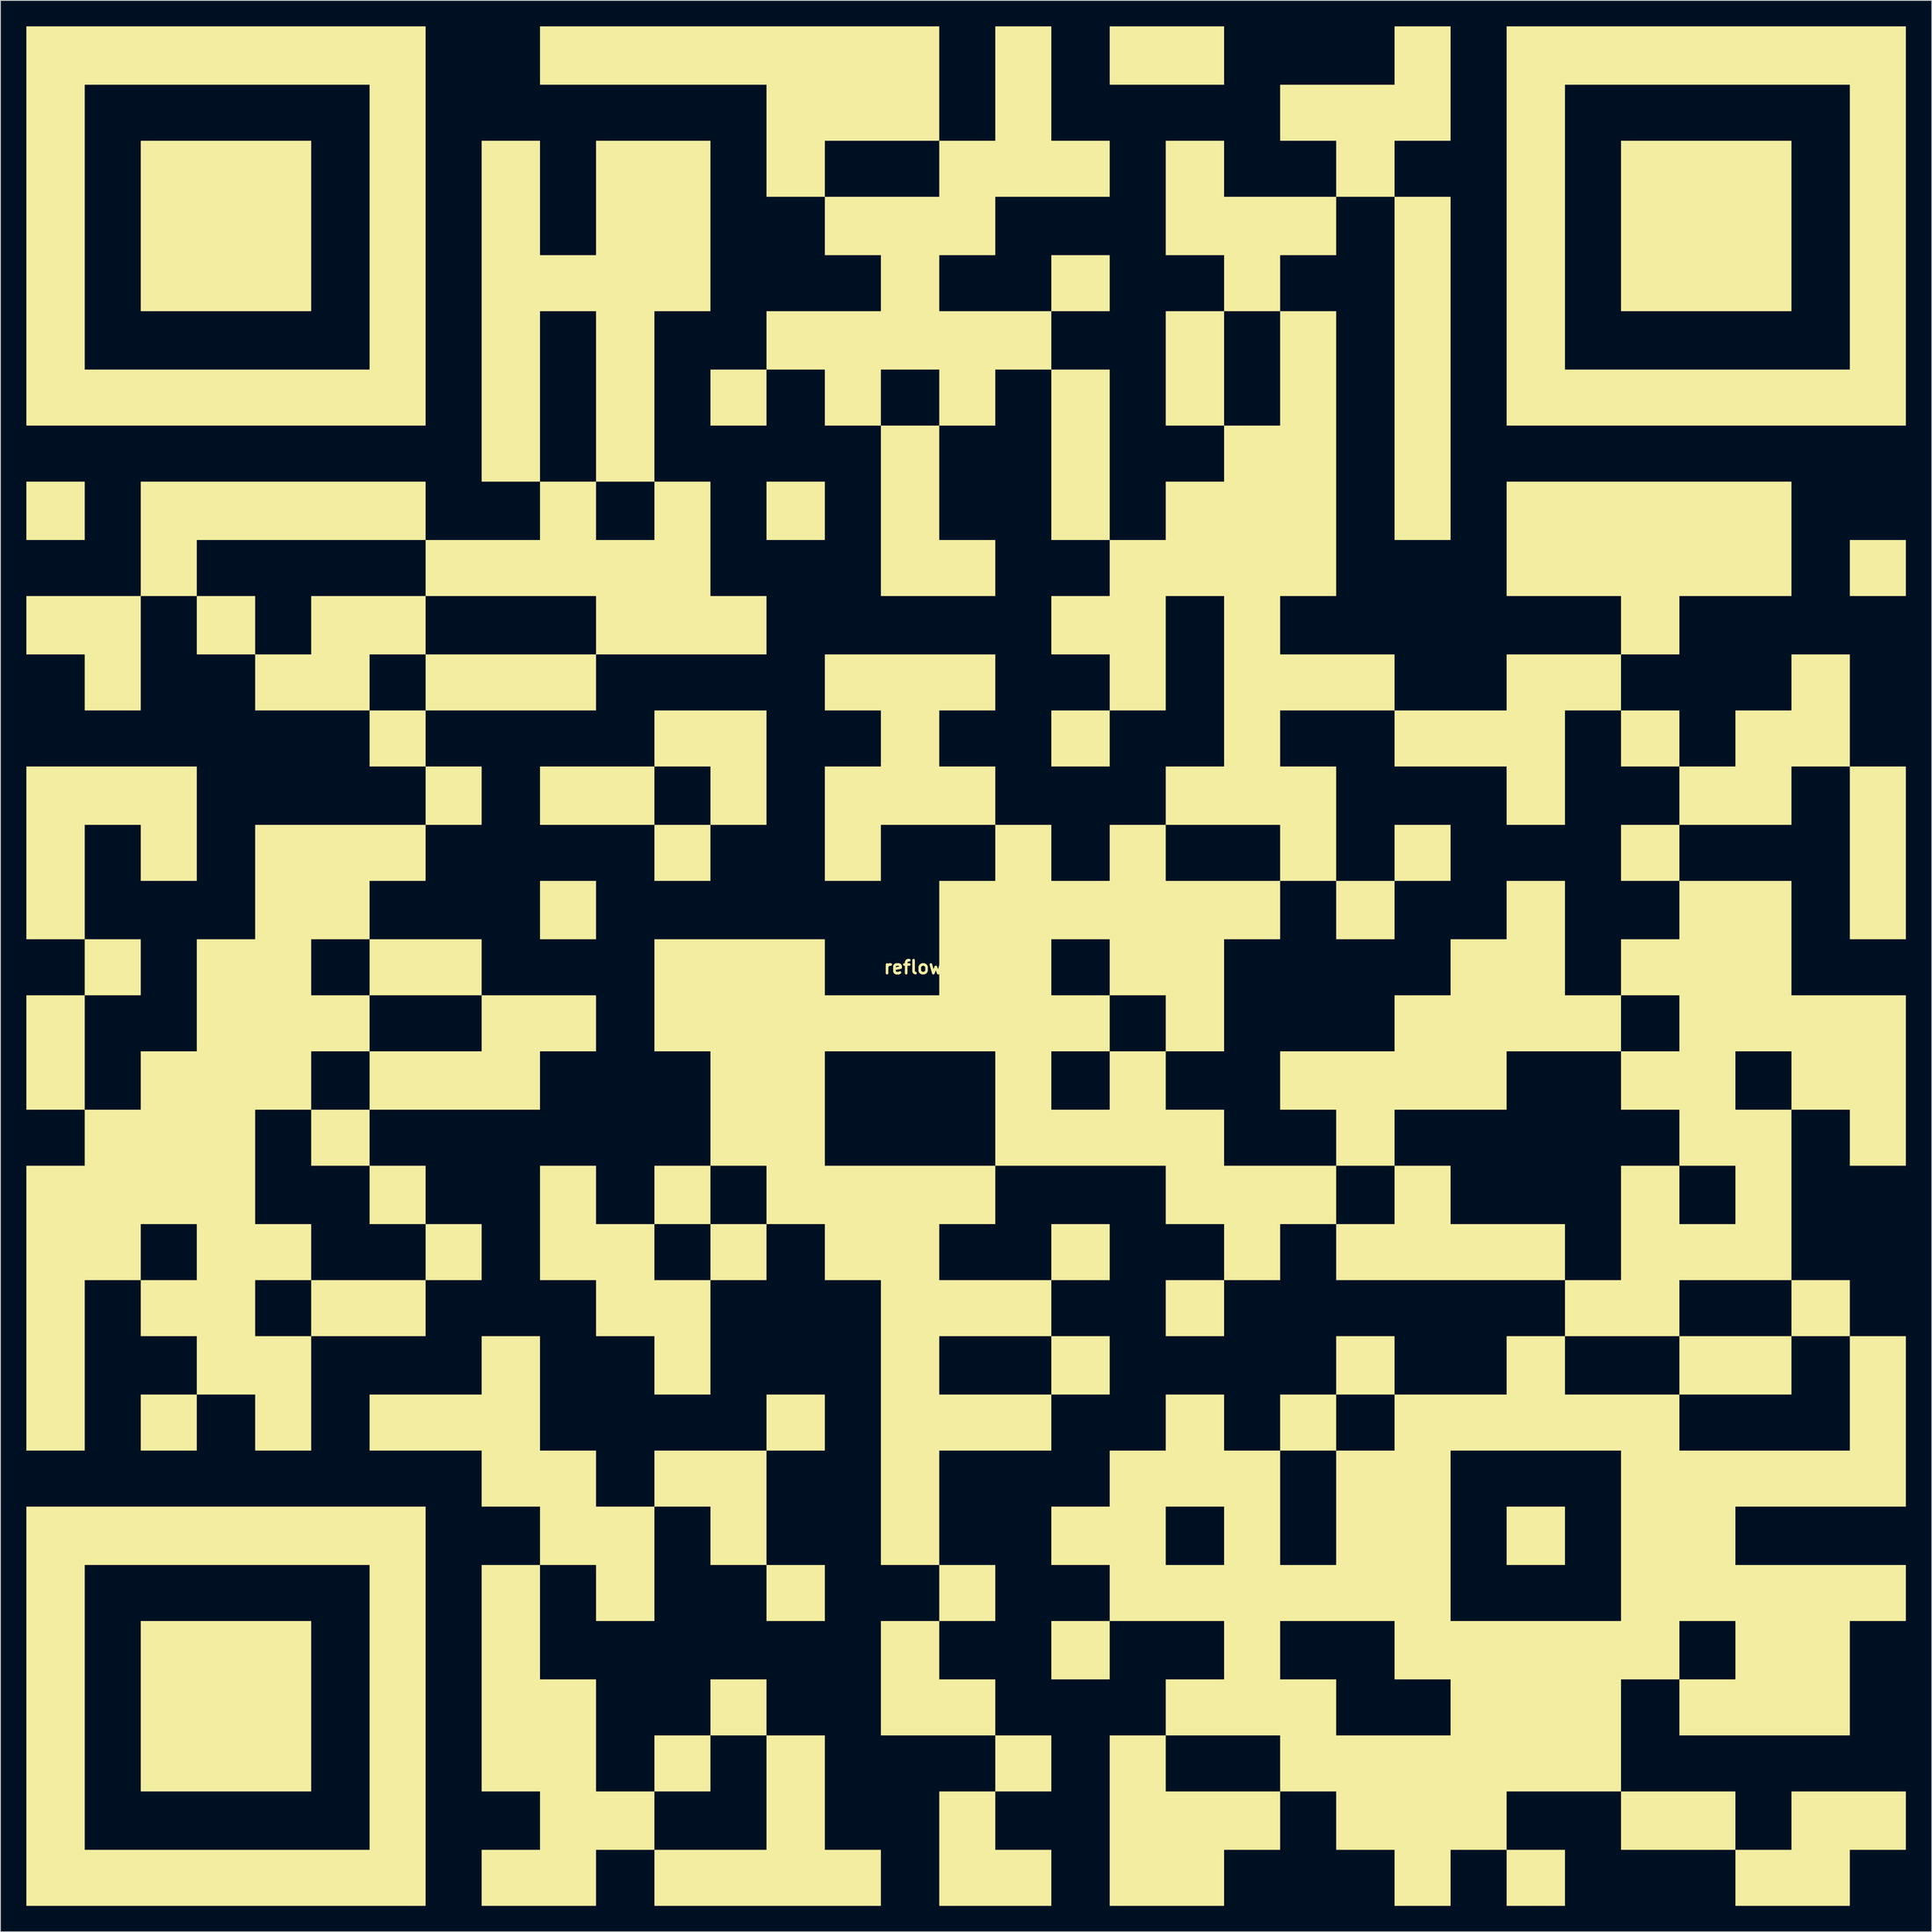
<source format=kicad_pcb>
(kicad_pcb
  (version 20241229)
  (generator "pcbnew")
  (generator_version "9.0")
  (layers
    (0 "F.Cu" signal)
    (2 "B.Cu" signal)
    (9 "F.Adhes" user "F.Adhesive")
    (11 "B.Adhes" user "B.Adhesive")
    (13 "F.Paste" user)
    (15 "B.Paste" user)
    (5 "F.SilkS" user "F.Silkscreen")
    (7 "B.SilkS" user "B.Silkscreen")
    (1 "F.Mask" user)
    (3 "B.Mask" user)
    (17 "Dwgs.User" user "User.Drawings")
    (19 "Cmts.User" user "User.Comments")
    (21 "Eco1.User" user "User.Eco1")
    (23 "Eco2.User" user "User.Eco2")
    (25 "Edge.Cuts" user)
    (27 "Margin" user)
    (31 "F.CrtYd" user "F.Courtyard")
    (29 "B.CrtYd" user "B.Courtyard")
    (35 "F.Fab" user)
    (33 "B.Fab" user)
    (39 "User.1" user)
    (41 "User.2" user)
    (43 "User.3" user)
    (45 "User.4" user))
  (footprint "reflowcardqrcode"
    (layer "F.Cu")
    (at 108.896 108.896)
    (property "Reference" "reflowcardqrcode" (at 0 0 0) (layer "F.SilkS") (effects (font (size 1.5 1.5) (thickness 0.3))))
    (attr board_only exclude_from_pos_files exclude_from_bom)
    (fp_poly (pts (xy -102.14 -52.827) (xy -102.14 -49.449) (xy -105.518 -49.449) (xy -108.896 -49.449) (xy -108.896 -52.827) (xy -108.896 -56.204) (xy -105.518 -56.204) (xy -102.14 -56.204)) (stroke (width 0) (type solid)) (fill yes) (layer "F.SilkS"))
    (fp_poly (pts (xy -75.93 -85.793) (xy -75.93 -75.93) (xy -85.793 -75.93) (xy -95.655 -75.93) (xy -95.655 -85.793) (xy -95.655 -95.655) (xy -85.793 -95.655) (xy -75.93 -95.655)) (stroke (width 0) (type solid)) (fill yes) (layer "F.SilkS"))
    (fp_poly (pts (xy -75.93 85.522) (xy -75.93 95.385) (xy -85.793 95.385) (xy -95.655 95.385) (xy -95.655 85.522) (xy -95.655 75.66) (xy -85.793 75.66) (xy -75.93 75.66)) (stroke (width 0) (type solid)) (fill yes) (layer "F.SilkS"))
    (fp_poly (pts (xy -62.689 26.346) (xy -62.689 29.723) (xy -65.932 29.723) (xy -69.174 29.723) (xy -69.174 26.346) (xy -69.174 22.968) (xy -65.932 22.968) (xy -62.689 22.968)) (stroke (width 0) (type solid)) (fill yes) (layer "F.SilkS"))
    (fp_poly (pts (xy -42.964 -6.62) (xy -42.964 -3.243) (xy -46.206 -3.243) (xy -49.449 -3.243) (xy -49.449 -6.62) (xy -49.449 -9.998) (xy -46.206 -9.998) (xy -42.964 -9.998)) (stroke (width 0) (type solid)) (fill yes) (layer "F.SilkS"))
    (fp_poly (pts (xy -16.483 -52.827) (xy -16.483 -49.449) (xy -19.861 -49.449) (xy -23.238 -49.449) (xy -23.238 -52.827) (xy -23.238 -56.204) (xy -19.861 -56.204) (xy -16.483 -56.204)) (stroke (width 0) (type solid)) (fill yes) (layer "F.SilkS"))
    (fp_poly (pts (xy -16.483 72.417) (xy -16.483 75.66) (xy -19.861 75.66) (xy -23.238 75.66) (xy -23.238 72.417) (xy -23.238 69.174) (xy -19.861 69.174) (xy -16.483 69.174)) (stroke (width 0) (type solid)) (fill yes) (layer "F.SilkS"))
    (fp_poly (pts (xy 29.723 -105.518) (xy 29.723 -102.14) (xy 23.103 -102.14) (xy 16.483 -102.14) (xy 16.483 -105.518) (xy 16.483 -108.896) (xy 23.103 -108.896) (xy 29.723 -108.896)) (stroke (width 0) (type solid)) (fill yes) (layer "F.SilkS"))
    (fp_poly (pts (xy 55.934 -69.31) (xy 55.934 -49.449) (xy 52.691 -49.449) (xy 49.449 -49.449) (xy 49.449 -69.31) (xy 49.449 -89.17) (xy 52.691 -89.17) (xy 55.934 -89.17)) (stroke (width 0) (type solid)) (fill yes) (layer "F.SilkS"))
    (fp_poly (pts (xy 69.174 65.797) (xy 69.174 69.174) (xy 65.797 69.174) (xy 62.419 69.174) (xy 62.419 65.797) (xy 62.419 62.419) (xy 65.797 62.419) (xy 69.174 62.419)) (stroke (width 0) (type solid)) (fill yes) (layer "F.SilkS"))
    (fp_poly (pts (xy 69.174 105.383) (xy 69.174 108.626) (xy 65.797 108.626) (xy 62.419 108.626) (xy 62.419 105.383) (xy 62.419 102.14) (xy 65.797 102.14) (xy 69.174 102.14)) (stroke (width 0) (type solid)) (fill yes) (layer "F.SilkS"))
    (fp_poly (pts (xy 95.385 -85.793) (xy 95.385 -75.93) (xy 85.522 -75.93) (xy 75.66 -75.93) (xy 75.66 -85.793) (xy 75.66 -95.655) (xy 85.522 -95.655) (xy 95.385 -95.655)) (stroke (width 0) (type solid)) (fill yes) (layer "F.SilkS"))
    (fp_poly (pts (xy 95.385 46.071) (xy 95.385 49.449) (xy 88.9 49.449) (xy 82.415 49.449) (xy 82.415 46.071) (xy 82.415 42.694) (xy 88.9 42.694) (xy 95.385 42.694)) (stroke (width 0) (type solid)) (fill yes) (layer "F.SilkS"))
    (fp_poly (pts (xy 102.14 39.451) (xy 102.14 42.694) (xy 98.763 42.694) (xy 95.385 42.694) (xy 95.385 39.451) (xy 95.385 36.209) (xy 98.763 36.209) (xy 102.14 36.209)) (stroke (width 0) (type solid)) (fill yes) (layer "F.SilkS"))
    (fp_poly (pts (xy 108.626 -46.206) (xy 108.626 -42.964) (xy 105.383 -42.964) (xy 102.14 -42.964) (xy 102.14 -46.206) (xy 102.14 -49.449) (xy 105.383 -49.449) (xy 108.626 -49.449)) (stroke (width 0) (type solid)) (fill yes) (layer "F.SilkS"))
    (fp_poly (pts (xy 108.626 -13.24) (xy 108.626 -3.243) (xy 105.383 -3.243) (xy 102.14 -3.243) (xy 102.14 -13.24) (xy 102.14 -23.238) (xy 105.383 -23.238) (xy 108.626 -23.238)) (stroke (width 0) (type solid)) (fill yes) (layer "F.SilkS"))
    (fp_poly (pts (xy -89.17 -16.618) (xy -89.17 -9.998) (xy -92.413 -9.998) (xy -95.655 -9.998) (xy -95.655 -13.24) (xy -95.655 -16.483) (xy -98.898 -16.483) (xy -102.14 -16.483) (xy -102.14 -9.863) (xy -102.14 -3.243) (xy -105.518 -3.243) (xy -108.896 -3.243) (xy -108.896 -13.24) (xy -108.896 -23.238) (xy -99.033 -23.238) (xy -89.17 -23.238)) (stroke (width 0) (type solid)) (fill yes) (layer "F.SilkS"))
    (fp_poly (pts (xy 55.934 -13.24) (xy 55.934 -9.998) (xy 52.691 -9.998) (xy 49.449 -9.998) (xy 49.449 -6.62) (xy 49.449 -3.243) (xy 46.071 -3.243) (xy 42.694 -3.243) (xy 42.694 -6.62) (xy 42.694 -9.998) (xy 46.071 -9.998) (xy 49.449 -9.998) (xy 49.449 -13.24) (xy 49.449 -16.483) (xy 52.691 -16.483) (xy 55.934 -16.483)) (stroke (width 0) (type solid)) (fill yes) (layer "F.SilkS"))
    (fp_poly (pts (xy -62.689 -85.793) (xy -62.689 -62.689) (xy -85.793 -62.689) (xy -108.896 -62.689) (xy -108.896 -85.793) (xy -108.896 -102.14) (xy -102.14 -102.14) (xy -102.14 -85.657) (xy -102.14 -69.174) (xy -85.657 -69.174) (xy -69.174 -69.174) (xy -69.174 -85.657) (xy -69.174 -102.14) (xy -85.657 -102.14) (xy -102.14 -102.14) (xy -108.896 -102.14) (xy -108.896 -108.896) (xy -85.793 -108.896) (xy -62.689 -108.896)) (stroke (width 0) (type solid)) (fill yes) (layer "F.SilkS"))
    (fp_poly (pts (xy -62.689 85.522) (xy -62.689 108.626) (xy -85.793 108.626) (xy -108.896 108.626) (xy -108.896 85.522) (xy -108.896 69.174) (xy -102.14 69.174) (xy -102.14 85.657) (xy -102.14 102.14) (xy -85.657 102.14) (xy -69.174 102.14) (xy -69.174 85.657) (xy -69.174 69.174) (xy -85.657 69.174) (xy -102.14 69.174) (xy -108.896 69.174) (xy -108.896 62.419) (xy -85.793 62.419) (xy -62.689 62.419)) (stroke (width 0) (type solid)) (fill yes) (layer "F.SilkS"))
    (fp_poly (pts (xy 108.626 -85.793) (xy 108.626 -62.689) (xy 85.522 -62.689) (xy 62.419 -62.689) (xy 62.419 -85.793) (xy 62.419 -102.14) (xy 69.174 -102.14) (xy 69.174 -85.657) (xy 69.174 -69.174) (xy 85.657 -69.174) (xy 102.14 -69.174) (xy 102.14 -85.657) (xy 102.14 -102.14) (xy 85.657 -102.14) (xy 69.174 -102.14) (xy 62.419 -102.14) (xy 62.419 -108.896) (xy 85.522 -108.896) (xy 108.626 -108.896)) (stroke (width 0) (type solid)) (fill yes) (layer "F.SilkS"))
    (fp_poly (pts (xy 3.243 72.417) (xy 3.243 75.66) (xy 0 75.66) (xy -3.243 75.66) (xy -3.243 79.037) (xy -3.243 82.415) (xy 0 82.415) (xy 3.243 82.415) (xy 3.243 85.657) (xy 3.243 88.9) (xy -3.378 88.9) (xy -9.998 88.9) (xy -9.998 82.28) (xy -9.998 75.66) (xy -6.62 75.66) (xy -3.243 75.66) (xy -3.243 72.417) (xy -3.243 69.174) (xy 0 69.174) (xy 3.243 69.174)) (stroke (width 0) (type solid)) (fill yes) (layer "F.SilkS"))
    (fp_poly (pts (xy 9.728 92.143) (xy 9.728 95.385) (xy 6.485 95.385) (xy 3.243 95.385) (xy 3.243 98.763) (xy 3.243 102.14) (xy 6.485 102.14) (xy 9.728 102.14) (xy 9.728 105.383) (xy 9.728 108.626) (xy 3.243 108.626) (xy -3.243 108.626) (xy -3.243 102.005) (xy -3.243 95.385) (xy 0 95.385) (xy 3.243 95.385) (xy 3.243 92.143) (xy 3.243 88.9) (xy 6.485 88.9) (xy 9.728 88.9)) (stroke (width 0) (type solid)) (fill yes) (layer "F.SilkS"))
    (fp_poly (pts (xy -42.964 6.485) (xy -42.964 9.728) (xy -46.206 9.728) (xy -49.449 9.728) (xy -49.449 13.105) (xy -49.449 16.483) (xy -59.312 16.483) (xy -69.174 16.483) (xy -69.174 19.726) (xy -69.174 22.968) (xy -72.552 22.968) (xy -75.93 22.968) (xy -75.93 19.726) (xy -75.93 16.483) (xy -72.552 16.483) (xy -69.174 16.483) (xy -69.174 13.105) (xy -69.174 9.728) (xy -62.689 9.728) (xy -56.204 9.728) (xy -56.204 6.485) (xy -56.204 3.243) (xy -49.584 3.243) (xy -42.964 3.243)) (stroke (width 0) (type solid)) (fill yes) (layer "F.SilkS"))
    (fp_poly (pts (xy 88.9 98.763) (xy 88.9 102.14) (xy 92.143 102.14) (xy 95.385 102.14) (xy 95.385 98.763) (xy 95.385 95.385) (xy 102.005 95.385) (xy 108.626 95.385) (xy 108.626 98.763) (xy 108.626 102.14) (xy 105.383 102.14) (xy 102.14 102.14) (xy 102.14 105.383) (xy 102.14 108.626) (xy 95.52 108.626) (xy 88.9 108.626) (xy 88.9 105.383) (xy 88.9 102.14) (xy 82.28 102.14) (xy 75.66 102.14) (xy 75.66 98.763) (xy 75.66 95.385) (xy 82.28 95.385) (xy 88.9 95.385)) (stroke (width 0) (type solid)) (fill yes) (layer "F.SilkS"))
    (fp_poly (pts (xy -23.238 -23.103) (xy -23.238 -16.483) (xy -26.481 -16.483) (xy -29.723 -16.483) (xy -29.723 -13.24) (xy -29.723 -9.998) (xy -32.966 -9.998) (xy -36.209 -9.998) (xy -36.209 -13.24) (xy -36.209 -16.483) (xy -42.829 -16.483) (xy -49.449 -16.483) (xy -49.449 -19.861) (xy -49.449 -23.238) (xy -42.829 -23.238) (xy -36.209 -23.238) (xy -36.209 -19.861) (xy -36.209 -16.483) (xy -32.966 -16.483) (xy -29.723 -16.483) (xy -29.723 -19.861) (xy -29.723 -23.238) (xy -32.966 -23.238) (xy -36.209 -23.238) (xy -36.209 -26.481) (xy -36.209 -29.723) (xy -29.723 -29.723) (xy -23.238 -29.723)) (stroke (width 0) (type solid)) (fill yes) (layer "F.SilkS"))
    (fp_poly (pts (xy 3.243 -32.966) (xy 3.243 -29.723) (xy 0 -29.723) (xy -3.243 -29.723) (xy -3.243 -26.481) (xy -3.243 -23.238) (xy 0 -23.238) (xy 3.243 -23.238) (xy 3.243 -19.861) (xy 3.243 -16.483) (xy -3.378 -16.483) (xy -9.998 -16.483) (xy -9.998 -13.24) (xy -9.998 -9.998) (xy -13.24 -9.998) (xy -16.483 -9.998) (xy -16.483 -16.618) (xy -16.483 -23.238) (xy -13.24 -23.238) (xy -9.998 -23.238) (xy -9.998 -26.481) (xy -9.998 -29.723) (xy -13.24 -29.723) (xy -16.483 -29.723) (xy -16.483 -32.966) (xy -16.483 -36.209) (xy -6.62 -36.209) (xy 3.243 -36.209)) (stroke (width 0) (type solid)) (fill yes) (layer "F.SilkS"))
    (fp_poly (pts (xy 69.174 -3.378) (xy 69.174 3.243) (xy 72.417 3.243) (xy 75.66 3.243) (xy 75.66 6.485) (xy 75.66 9.728) (xy 69.039 9.728) (xy 62.419 9.728) (xy 62.419 13.105) (xy 62.419 16.483) (xy 55.934 16.483) (xy 49.449 16.483) (xy 49.449 19.726) (xy 49.449 22.968) (xy 46.071 22.968) (xy 42.694 22.968) (xy 42.694 19.726) (xy 42.694 16.483) (xy 39.451 16.483) (xy 36.209 16.483) (xy 36.209 13.105) (xy 36.209 9.728) (xy 42.829 9.728) (xy 49.449 9.728) (xy 49.449 6.485) (xy 49.449 3.243) (xy 52.691 3.243) (xy 55.934 3.243) (xy 55.934 0) (xy 55.934 -3.243) (xy 59.177 -3.243) (xy 62.419 -3.243) (xy 62.419 -6.62) (xy 62.419 -9.998) (xy 65.797 -9.998) (xy 69.174 -9.998)) (stroke (width 0) (type solid)) (fill yes) (layer "F.SilkS"))
    (fp_poly (pts (xy 102.14 -29.723) (xy 102.14 -23.238) (xy 98.763 -23.238) (xy 95.385 -23.238) (xy 95.385 -19.861) (xy 95.385 -16.483) (xy 88.9 -16.483) (xy 82.415 -16.483) (xy 82.415 -13.24) (xy 82.415 -9.998) (xy 79.037 -9.998) (xy 75.66 -9.998) (xy 75.66 -13.24) (xy 75.66 -16.483) (xy 79.037 -16.483) (xy 82.415 -16.483) (xy 82.415 -19.861) (xy 82.415 -23.238) (xy 79.037 -23.238) (xy 75.66 -23.238) (xy 75.66 -26.481) (xy 75.66 -29.723) (xy 79.037 -29.723) (xy 82.415 -29.723) (xy 82.415 -26.481) (xy 82.415 -23.238) (xy 85.657 -23.238) (xy 88.9 -23.238) (xy 88.9 -26.481) (xy 88.9 -29.723) (xy 92.143 -29.723) (xy 95.385 -29.723) (xy 95.385 -32.966) (xy 95.385 -36.209) (xy 98.763 -36.209) (xy 102.14 -36.209)) (stroke (width 0) (type solid)) (fill yes) (layer "F.SilkS"))
    (fp_poly (pts (xy -3.243 -102.276) (xy -3.243 -95.655) (xy 0 -95.655) (xy 3.243 -95.655) (xy 3.243 -102.276) (xy 3.243 -108.896) (xy 6.485 -108.896) (xy 9.728 -108.896) (xy 9.728 -102.276) (xy 9.728 -95.655) (xy 13.105 -95.655) (xy 16.483 -95.655) (xy 16.483 -92.413) (xy 16.483 -89.17) (xy 9.863 -89.17) (xy 3.243 -89.17) (xy 3.243 -85.793) (xy 3.243 -82.415) (xy 0 -82.415) (xy -3.243 -82.415) (xy -3.243 -79.172) (xy -3.243 -75.93) (xy 3.243 -75.93) (xy 9.728 -75.93) (xy 9.728 -79.172) (xy 9.728 -82.415) (xy 13.105 -82.415) (xy 16.483 -82.415) (xy 16.483 -79.172) (xy 16.483 -75.93) (xy 13.105 -75.93) (xy 9.728 -75.93) (xy 9.728 -72.552) (xy 9.728 -69.174) (xy 6.485 -69.174) (xy 3.243 -69.174) (xy 3.243 -65.932) (xy 3.243 -62.689) (xy 0 -62.689) (xy -3.243 -62.689) (xy -3.243 -56.069) (xy -3.243 -49.449) (xy 0 -49.449) (xy 3.243 -49.449) (xy 3.243 -46.206) (xy 3.243 -42.964) (xy -3.378 -42.964) (xy -9.998 -42.964) (xy -9.998 -52.827) (xy -9.998 -62.689) (xy -13.24 -62.689) (xy -16.483 -62.689) (xy -16.483 -65.932) (xy -16.483 -69.174) (xy -9.998 -69.174) (xy -9.998 -65.932) (xy -9.998 -62.689) (xy -6.62 -62.689) (xy -3.243 -62.689) (xy -3.243 -65.932) (xy -3.243 -69.174) (xy -6.62 -69.174) (xy -9.998 -69.174) (xy -16.483 -69.174) (xy -19.861 -69.174) (xy -23.238 -69.174) (xy -23.238 -65.932) (xy -23.238 -62.689) (xy -26.481 -62.689) (xy -29.723 -62.689) (xy -29.723 -65.932) (xy -29.723 -69.174) (xy -26.481 -69.174) (xy -23.238 -69.174) (xy -23.238 -72.552) (xy -23.238 -75.93) (xy -16.618 -75.93) (xy -9.998 -75.93) (xy -9.998 -79.172) (xy -9.998 -82.415) (xy -13.24 -82.415) (xy -16.483 -82.415) (xy -16.483 -85.793) (xy -16.483 -89.17) (xy -19.861 -89.17) (xy -23.238 -89.17) (xy -23.238 -95.655) (xy -16.483 -95.655) (xy -16.483 -92.413) (xy -16.483 -89.17) (xy -9.863 -89.17) (xy -3.243 -89.17) (xy -3.243 -92.413) (xy -3.243 -95.655) (xy -9.863 -95.655) (xy -16.483 -95.655) (xy -23.238 -95.655) (xy -23.238 -102.14) (xy -36.344 -102.14) (xy -49.449 -102.14) (xy -49.449 -105.518) (xy -49.449 -108.896) (xy -26.346 -108.896) (xy -3.243 -108.896)) (stroke (width 0) (type solid)) (fill yes) (layer "F.SilkS"))
    (fp_poly (pts (xy -49.449 49.314) (xy -49.449 55.934) (xy -46.206 55.934) (xy -42.964 55.934) (xy -42.964 59.177) (xy -42.964 62.419) (xy -39.586 62.419) (xy -36.209 62.419) (xy -36.209 59.177) (xy -36.209 55.934) (xy -29.723 55.934) (xy -23.238 55.934) (xy -23.238 52.691) (xy -23.238 49.449) (xy -19.861 49.449) (xy -16.483 49.449) (xy -16.483 52.691) (xy -16.483 55.934) (xy -19.861 55.934) (xy -23.238 55.934) (xy -23.238 62.554) (xy -23.238 69.174) (xy -26.481 69.174) (xy -29.723 69.174) (xy -29.723 65.797) (xy -29.723 62.419) (xy -32.966 62.419) (xy -36.209 62.419) (xy -36.209 69.039) (xy -36.209 75.66) (xy -39.586 75.66) (xy -42.964 75.66) (xy -42.964 72.417) (xy -42.964 69.174) (xy -46.206 69.174) (xy -49.449 69.174) (xy -49.449 75.795) (xy -49.449 82.415) (xy -46.206 82.415) (xy -42.964 82.415) (xy -42.964 88.9) (xy -42.964 95.385) (xy -39.586 95.385) (xy -36.209 95.385) (xy -36.209 92.143) (xy -36.209 88.9) (xy -32.966 88.9) (xy -29.723 88.9) (xy -29.723 85.657) (xy -29.723 82.415) (xy -26.481 82.415) (xy -23.238 82.415) (xy -23.238 85.657) (xy -23.238 88.9) (xy -26.481 88.9) (xy -29.723 88.9) (xy -29.723 92.143) (xy -29.723 95.385) (xy -32.966 95.385) (xy -36.209 95.385) (xy -36.209 98.763) (xy -36.209 102.14) (xy -29.723 102.14) (xy -23.238 102.14) (xy -23.238 95.52) (xy -23.238 88.9) (xy -19.861 88.9) (xy -16.483 88.9) (xy -16.483 95.52) (xy -16.483 102.14) (xy -13.24 102.14) (xy -9.998 102.14) (xy -9.998 105.383) (xy -9.998 108.626) (xy -23.103 108.626) (xy -36.209 108.626) (xy -36.209 105.383) (xy -36.209 102.14) (xy -39.586 102.14) (xy -42.964 102.14) (xy -42.964 105.383) (xy -42.964 108.626) (xy -49.584 108.626) (xy -56.204 108.626) (xy -56.204 105.383) (xy -56.204 102.14) (xy -52.827 102.14) (xy -49.449 102.14) (xy -49.449 98.763) (xy -49.449 95.385) (xy -52.827 95.385) (xy -56.204 95.385) (xy -56.204 82.28) (xy -56.204 69.174) (xy -52.827 69.174) (xy -49.449 69.174) (xy -49.449 65.797) (xy -49.449 62.419) (xy -52.827 62.419) (xy -56.204 62.419) (xy -56.204 59.177) (xy -56.204 55.934) (xy -62.689 55.934) (xy -69.174 55.934) (xy -69.174 52.691) (xy -69.174 49.449) (xy -62.689 49.449) (xy -56.204 49.449) (xy -56.204 46.071) (xy -56.204 42.694) (xy -52.827 42.694) (xy -49.449 42.694)) (stroke (width 0) (type solid)) (fill yes) (layer "F.SilkS"))
    (fp_poly (pts (xy -49.449 -89.035) (xy -49.449 -82.415) (xy -46.206 -82.415) (xy -42.964 -82.415) (xy -42.964 -89.035) (xy -42.964 -95.655) (xy -36.344 -95.655) (xy -29.723 -95.655) (xy -29.723 -85.793) (xy -29.723 -75.93) (xy -32.966 -75.93) (xy -36.209 -75.93) (xy -36.209 -66.067) (xy -36.209 -56.204) (xy -39.586 -56.204) (xy -42.964 -56.204) (xy -42.964 -52.827) (xy -42.964 -49.449) (xy -39.586 -49.449) (xy -36.209 -49.449) (xy -36.209 -52.827) (xy -36.209 -56.204) (xy -32.966 -56.204) (xy -29.723 -56.204) (xy -29.723 -49.584) (xy -29.723 -42.964) (xy -26.481 -42.964) (xy -23.238 -42.964) (xy -23.238 -39.586) (xy -23.238 -36.209) (xy -33.101 -36.209) (xy -42.964 -36.209) (xy -42.964 -32.966) (xy -42.964 -29.723) (xy -52.827 -29.723) (xy -62.689 -29.723) (xy -62.689 -26.481) (xy -62.689 -23.238) (xy -65.932 -23.238) (xy -69.174 -23.238) (xy -69.174 -26.481) (xy -69.174 -29.723) (xy -65.932 -29.723) (xy -62.689 -29.723) (xy -62.689 -32.966) (xy -62.689 -36.209) (xy -52.827 -36.209) (xy -42.964 -36.209) (xy -42.964 -39.586) (xy -42.964 -42.964) (xy -52.827 -42.964) (xy -62.689 -42.964) (xy -62.689 -39.586) (xy -62.689 -36.209) (xy -65.932 -36.209) (xy -69.174 -36.209) (xy -69.174 -32.966) (xy -69.174 -29.723) (xy -75.795 -29.723) (xy -82.415 -29.723) (xy -82.415 -32.966) (xy -82.415 -36.209) (xy -85.793 -36.209) (xy -89.17 -36.209) (xy -89.17 -39.586) (xy -89.17 -42.964) (xy -85.793 -42.964) (xy -82.415 -42.964) (xy -82.415 -39.586) (xy -82.415 -36.209) (xy -79.172 -36.209) (xy -75.93 -36.209) (xy -75.93 -39.586) (xy -75.93 -42.964) (xy -69.31 -42.964) (xy -62.689 -42.964) (xy -62.689 -46.206) (xy -62.689 -49.449) (xy -75.93 -49.449) (xy -89.17 -49.449) (xy -89.17 -46.206) (xy -89.17 -42.964) (xy -92.413 -42.964) (xy -95.655 -42.964) (xy -95.655 -36.344) (xy -95.655 -29.723) (xy -98.898 -29.723) (xy -102.14 -29.723) (xy -102.14 -32.966) (xy -102.14 -36.209) (xy -105.518 -36.209) (xy -108.896 -36.209) (xy -108.896 -39.586) (xy -108.896 -42.964) (xy -102.276 -42.964) (xy -95.655 -42.964) (xy -95.655 -49.584) (xy -95.655 -56.204) (xy -79.172 -56.204) (xy -62.689 -56.204) (xy -62.689 -52.827) (xy -62.689 -49.449) (xy -56.069 -49.449) (xy -49.449 -49.449) (xy -49.449 -52.827) (xy -49.449 -56.204) (xy -52.827 -56.204) (xy -56.204 -56.204) (xy -56.204 -75.93) (xy -49.449 -75.93) (xy -49.449 -66.067) (xy -49.449 -56.204) (xy -46.206 -56.204) (xy -42.964 -56.204) (xy -42.964 -66.067) (xy -42.964 -75.93) (xy -46.206 -75.93) (xy -49.449 -75.93) (xy -56.204 -75.93) (xy -56.204 -95.655) (xy -52.827 -95.655) (xy -49.449 -95.655)) (stroke (width 0) (type solid)) (fill yes) (layer "F.SilkS"))
    (fp_poly (pts (xy -56.204 -19.861) (xy -56.204 -16.483) (xy -59.447 -16.483) (xy -62.689 -16.483) (xy -62.689 -13.24) (xy -62.689 -9.998) (xy -65.932 -9.998) (xy -69.174 -9.998) (xy -69.174 -6.62) (xy -69.174 -3.243) (xy -72.552 -3.243) (xy -75.93 -3.243) (xy -75.93 0) (xy -75.93 3.243) (xy -72.552 3.243) (xy -69.174 3.243) (xy -69.174 0) (xy -69.174 -3.243) (xy -62.689 -3.243) (xy -56.204 -3.243) (xy -56.204 0) (xy -56.204 3.243) (xy -62.689 3.243) (xy -69.174 3.243) (xy -69.174 6.485) (xy -69.174 9.728) (xy -72.552 9.728) (xy -75.93 9.728) (xy -75.93 13.105) (xy -75.93 16.483) (xy -79.172 16.483) (xy -82.415 16.483) (xy -82.415 23.103) (xy -82.415 29.723) (xy -79.172 29.723) (xy -75.93 29.723) (xy -75.93 32.966) (xy -75.93 36.209) (xy -79.172 36.209) (xy -82.415 36.209) (xy -82.415 39.451) (xy -82.415 42.694) (xy -79.172 42.694) (xy -75.93 42.694) (xy -75.93 39.451) (xy -75.93 36.209) (xy -69.31 36.209) (xy -62.689 36.209) (xy -62.689 32.966) (xy -62.689 29.723) (xy -59.447 29.723) (xy -56.204 29.723) (xy -56.204 32.966) (xy -56.204 36.209) (xy -59.447 36.209) (xy -62.689 36.209) (xy -62.689 39.451) (xy -62.689 42.694) (xy -69.31 42.694) (xy -75.93 42.694) (xy -75.93 49.314) (xy -75.93 55.934) (xy -79.172 55.934) (xy -82.415 55.934) (xy -82.415 52.691) (xy -82.415 49.449) (xy -85.793 49.449) (xy -89.17 49.449) (xy -89.17 52.691) (xy -89.17 55.934) (xy -92.413 55.934) (xy -95.655 55.934) (xy -95.655 52.691) (xy -95.655 49.449) (xy -92.413 49.449) (xy -89.17 49.449) (xy -89.17 46.071) (xy -89.17 42.694) (xy -92.413 42.694) (xy -95.655 42.694) (xy -95.655 39.451) (xy -95.655 36.209) (xy -98.898 36.209) (xy -102.14 36.209) (xy -102.14 46.071) (xy -102.14 55.934) (xy -105.518 55.934) (xy -108.896 55.934) (xy -108.896 39.451) (xy -108.896 29.723) (xy -95.655 29.723) (xy -95.655 32.966) (xy -95.655 36.209) (xy -92.413 36.209) (xy -89.17 36.209) (xy -89.17 32.966) (xy -89.17 29.723) (xy -92.413 29.723) (xy -95.655 29.723) (xy -108.896 29.723) (xy -108.896 22.968) (xy -105.518 22.968) (xy -102.14 22.968) (xy -102.14 19.726) (xy -102.14 16.483) (xy -105.518 16.483) (xy -108.896 16.483) (xy -108.896 9.863) (xy -108.896 3.243) (xy -105.518 3.243) (xy -102.14 3.243) (xy -102.14 0) (xy -102.14 -3.243) (xy -98.898 -3.243) (xy -95.655 -3.243) (xy -95.655 0) (xy -95.655 3.243) (xy -98.898 3.243) (xy -102.14 3.243) (xy -102.14 9.863) (xy -102.14 16.483) (xy -98.898 16.483) (xy -95.655 16.483) (xy -95.655 13.105) (xy -95.655 9.728) (xy -92.413 9.728) (xy -89.17 9.728) (xy -89.17 3.243) (xy -89.17 -3.243) (xy -85.793 -3.243) (xy -82.415 -3.243) (xy -82.415 -9.863) (xy -82.415 -16.483) (xy -72.552 -16.483) (xy -62.689 -16.483) (xy -62.689 -19.861) (xy -62.689 -23.238) (xy -59.447 -23.238) (xy -56.204 -23.238)) (stroke (width 0) (type solid)) (fill yes) (layer "F.SilkS"))
    (fp_poly (pts (xy 55.934 -102.276) (xy 55.934 -95.655) (xy 52.691 -95.655) (xy 49.449 -95.655) (xy 49.449 -92.413) (xy 49.449 -89.17) (xy 46.071 -89.17) (xy 42.694 -89.17) (xy 42.694 -85.793) (xy 42.694 -82.415) (xy 39.451 -82.415) (xy 36.209 -82.415) (xy 36.209 -79.172) (xy 36.209 -75.93) (xy 32.966 -75.93) (xy 29.723 -75.93) (xy 29.723 -69.31) (xy 29.723 -62.689) (xy 32.966 -62.689) (xy 36.209 -62.689) (xy 36.209 -69.31) (xy 36.209 -75.93) (xy 39.451 -75.93) (xy 42.694 -75.93) (xy 42.694 -59.447) (xy 42.694 -42.964) (xy 39.451 -42.964) (xy 36.209 -42.964) (xy 36.209 -39.586) (xy 36.209 -36.209) (xy 42.829 -36.209) (xy 49.449 -36.209) (xy 49.449 -32.966) (xy 49.449 -29.723) (xy 55.934 -29.723) (xy 62.419 -29.723) (xy 62.419 -32.966) (xy 62.419 -36.209) (xy 69.039 -36.209) (xy 75.66 -36.209) (xy 75.66 -39.586) (xy 75.66 -42.964) (xy 69.039 -42.964) (xy 62.419 -42.964) (xy 62.419 -49.584) (xy 62.419 -56.204) (xy 78.902 -56.204) (xy 95.385 -56.204) (xy 95.385 -49.584) (xy 95.385 -42.964) (xy 88.9 -42.964) (xy 82.415 -42.964) (xy 82.415 -39.586) (xy 82.415 -36.209) (xy 79.037 -36.209) (xy 75.66 -36.209) (xy 75.66 -32.966) (xy 75.66 -29.723) (xy 72.417 -29.723) (xy 69.174 -29.723) (xy 69.174 -23.103) (xy 69.174 -16.483) (xy 65.797 -16.483) (xy 62.419 -16.483) (xy 62.419 -19.861) (xy 62.419 -23.238) (xy 55.934 -23.238) (xy 49.449 -23.238) (xy 49.449 -26.481) (xy 49.449 -29.723) (xy 42.829 -29.723) (xy 36.209 -29.723) (xy 36.209 -26.481) (xy 36.209 -23.238) (xy 39.451 -23.238) (xy 42.694 -23.238) (xy 42.694 -16.618) (xy 42.694 -9.998) (xy 39.451 -9.998) (xy 36.209 -9.998) (xy 36.209 -13.24) (xy 36.209 -16.483) (xy 29.588 -16.483) (xy 22.968 -16.483) (xy 22.968 -13.24) (xy 22.968 -9.998) (xy 29.588 -9.998) (xy 36.209 -9.998) (xy 36.209 -6.62) (xy 36.209 -3.243) (xy 32.966 -3.243) (xy 29.723 -3.243) (xy 29.723 3.243) (xy 29.723 9.728) (xy 26.346 9.728) (xy 22.968 9.728) (xy 22.968 6.485) (xy 22.968 3.243) (xy 19.726 3.243) (xy 16.483 3.243) (xy 16.483 6.485) (xy 16.483 9.728) (xy 13.105 9.728) (xy 9.728 9.728) (xy 9.728 13.105) (xy 9.728 16.483) (xy 13.105 16.483) (xy 16.483 16.483) (xy 16.483 13.105) (xy 16.483 9.728) (xy 19.726 9.728) (xy 22.968 9.728) (xy 22.968 13.105) (xy 22.968 16.483) (xy 26.346 16.483) (xy 29.723 16.483) (xy 29.723 19.726) (xy 29.723 22.968) (xy 36.209 22.968) (xy 42.694 22.968) (xy 42.694 26.346) (xy 42.694 29.723) (xy 46.071 29.723) (xy 49.449 29.723) (xy 49.449 26.346) (xy 49.449 22.968) (xy 52.691 22.968) (xy 55.934 22.968) (xy 55.934 26.346) (xy 55.934 29.723) (xy 62.554 29.723) (xy 69.174 29.723) (xy 69.174 32.966) (xy 69.174 36.209) (xy 72.417 36.209) (xy 75.66 36.209) (xy 75.66 29.588) (xy 75.66 22.968) (xy 79.037 22.968) (xy 82.415 22.968) (xy 82.415 26.346) (xy 82.415 29.723) (xy 85.657 29.723) (xy 88.9 29.723) (xy 88.9 26.346) (xy 88.9 22.968) (xy 85.657 22.968) (xy 82.415 22.968) (xy 82.415 19.726) (xy 82.415 16.483) (xy 79.037 16.483) (xy 75.66 16.483) (xy 75.66 13.105) (xy 75.66 9.728) (xy 79.037 9.728) (xy 82.415 9.728) (xy 88.9 9.728) (xy 88.9 13.105) (xy 88.9 16.483) (xy 92.143 16.483) (xy 95.385 16.483) (xy 95.385 13.105) (xy 95.385 9.728) (xy 92.143 9.728) (xy 88.9 9.728) (xy 82.415 9.728) (xy 82.415 6.485) (xy 82.415 3.243) (xy 79.037 3.243) (xy 75.66 3.243) (xy 75.66 0) (xy 75.66 -3.243) (xy 79.037 -3.243) (xy 82.415 -3.243) (xy 82.415 -6.62) (xy 82.415 -9.998) (xy 88.9 -9.998) (xy 95.385 -9.998) (xy 95.385 -3.378) (xy 95.385 3.243) (xy 102.005 3.243) (xy 108.626 3.243) (xy 108.626 13.105) (xy 108.626 22.968) (xy 105.383 22.968) (xy 102.14 22.968) (xy 102.14 19.726) (xy 102.14 16.483) (xy 98.763 16.483) (xy 95.385 16.483) (xy 95.385 26.346) (xy 95.385 36.209) (xy 88.9 36.209) (xy 82.415 36.209) (xy 82.415 39.451) (xy 82.415 42.694) (xy 75.795 42.694) (xy 69.174 42.694) (xy 69.174 46.071) (xy 69.174 49.449) (xy 75.795 49.449) (xy 82.415 49.449) (xy 82.415 52.691) (xy 82.415 55.934) (xy 92.278 55.934) (xy 102.14 55.934) (xy 102.14 49.314) (xy 102.14 42.694) (xy 105.383 42.694) (xy 108.626 42.694) (xy 108.626 52.556) (xy 108.626 62.419) (xy 98.763 62.419) (xy 88.9 62.419) (xy 88.9 65.797) (xy 88.9 69.174) (xy 98.763 69.174) (xy 108.626 69.174) (xy 108.626 72.417) (xy 108.626 75.66) (xy 105.383 75.66) (xy 102.14 75.66) (xy 102.14 82.28) (xy 102.14 88.9) (xy 92.278 88.9) (xy 82.415 88.9) (xy 82.415 85.657) (xy 82.415 82.415) (xy 79.037 82.415) (xy 75.66 82.415) (xy 75.66 88.9) (xy 75.66 95.385) (xy 69.039 95.385) (xy 62.419 95.385) (xy 62.419 98.763) (xy 62.419 102.14) (xy 59.177 102.14) (xy 55.934 102.14) (xy 55.934 105.383) (xy 55.934 108.626) (xy 52.691 108.626) (xy 49.449 108.626) (xy 49.449 105.383) (xy 49.449 102.14) (xy 46.071 102.14) (xy 42.694 102.14) (xy 42.694 98.763) (xy 42.694 95.385) (xy 39.451 95.385) (xy 36.209 95.385) (xy 36.209 98.763) (xy 36.209 102.14) (xy 32.966 102.14) (xy 29.723 102.14) (xy 29.723 105.383) (xy 29.723 108.626) (xy 23.103 108.626) (xy 16.483 108.626) (xy 16.483 98.763) (xy 16.483 88.9) (xy 19.726 88.9) (xy 22.968 88.9) (xy 22.968 92.143) (xy 22.968 95.385) (xy 29.588 95.385) (xy 36.209 95.385) (xy 36.209 92.143) (xy 36.209 88.9) (xy 29.588 88.9) (xy 22.968 88.9) (xy 22.968 85.657) (xy 22.968 82.415) (xy 26.346 82.415) (xy 29.723 82.415) (xy 29.723 79.037) (xy 29.723 75.66) (xy 36.209 75.66) (xy 36.209 79.037) (xy 36.209 82.415) (xy 39.451 82.415) (xy 42.694 82.415) (xy 42.694 85.657) (xy 42.694 88.9) (xy 49.314 88.9) (xy 55.934 88.9) (xy 55.934 85.657) (xy 55.934 82.415) (xy 52.691 82.415) (xy 49.449 82.415) (xy 49.449 79.037) (xy 49.449 75.66) (xy 42.829 75.66) (xy 36.209 75.66) (xy 29.723 75.66) (xy 23.103 75.66) (xy 16.483 75.66) (xy 16.483 79.037) (xy 16.483 82.415) (xy 13.105 82.415) (xy 9.728 82.415) (xy 9.728 79.037) (xy 9.728 75.66) (xy 13.105 75.66) (xy 16.483 75.66) (xy 16.483 72.417) (xy 16.483 69.174) (xy 13.105 69.174) (xy 9.728 69.174) (xy 9.728 65.797) (xy 9.728 62.419) (xy 13.105 62.419) (xy 16.483 62.419) (xy 22.968 62.419) (xy 22.968 65.797) (xy 22.968 69.174) (xy 26.346 69.174) (xy 29.723 69.174) (xy 36.209 69.174) (xy 39.451 69.174) (xy 42.694 69.174) (xy 42.694 62.554) (xy 42.694 55.934) (xy 46.071 55.934) (xy 49.449 55.934) (xy 55.934 55.934) (xy 55.934 65.797) (xy 55.934 75.66) (xy 65.797 75.66) (xy 75.66 75.66) (xy 82.415 75.66) (xy 82.415 79.037) (xy 82.415 82.415) (xy 85.657 82.415) (xy 88.9 82.415) (xy 88.9 79.037) (xy 88.9 75.66) (xy 85.657 75.66) (xy 82.415 75.66) (xy 75.66 75.66) (xy 75.66 65.797) (xy 75.66 55.934) (xy 65.797 55.934) (xy 55.934 55.934) (xy 49.449 55.934) (xy 49.449 52.691) (xy 49.449 49.449) (xy 46.071 49.449) (xy 42.694 49.449) (xy 42.694 52.691) (xy 42.694 55.934) (xy 39.451 55.934) (xy 36.209 55.934) (xy 36.209 62.554) (xy 36.209 69.174) (xy 29.723 69.174) (xy 29.723 65.797) (xy 29.723 62.419) (xy 26.346 62.419) (xy 22.968 62.419) (xy 16.483 62.419) (xy 16.483 59.177) (xy 16.483 55.934) (xy 19.726 55.934) (xy 22.968 55.934) (xy 22.968 52.691) (xy 22.968 49.449) (xy 26.346 49.449) (xy 29.723 49.449) (xy 29.723 52.691) (xy 29.723 55.934) (xy 32.966 55.934) (xy 36.209 55.934) (xy 36.209 52.691) (xy 36.209 49.449) (xy 39.451 49.449) (xy 42.694 49.449) (xy 42.694 46.071) (xy 42.694 42.694) (xy 46.071 42.694) (xy 49.449 42.694) (xy 49.449 46.071) (xy 49.449 49.449) (xy 55.934 49.449) (xy 62.419 49.449) (xy 62.419 46.071) (xy 62.419 42.694) (xy 65.797 42.694) (xy 69.174 42.694) (xy 69.174 39.451) (xy 69.174 36.209) (xy 55.934 36.209) (xy 42.694 36.209) (xy 42.694 32.966) (xy 42.694 29.723) (xy 39.451 29.723) (xy 36.209 29.723) (xy 36.209 32.966) (xy 36.209 36.209) (xy 32.966 36.209) (xy 29.723 36.209) (xy 29.723 39.451) (xy 29.723 42.694) (xy 26.346 42.694) (xy 22.968 42.694) (xy 22.968 39.451) (xy 22.968 36.209) (xy 26.346 36.209) (xy 29.723 36.209) (xy 29.723 32.966) (xy 29.723 29.723) (xy 26.346 29.723) (xy 22.968 29.723) (xy 22.968 26.346) (xy 22.968 22.968) (xy 13.105 22.968) (xy 3.243 22.968) (xy 3.243 26.346) (xy 3.243 29.723) (xy 0 29.723) (xy -3.243 29.723) (xy -3.243 32.966) (xy -3.243 36.209) (xy 3.243 36.209) (xy 9.728 36.209) (xy 9.728 32.966) (xy 9.728 29.723) (xy 13.105 29.723) (xy 16.483 29.723) (xy 16.483 32.966) (xy 16.483 36.209) (xy 13.105 36.209) (xy 9.728 36.209) (xy 9.728 39.451) (xy 9.728 42.694) (xy 3.243 42.694) (xy -3.243 42.694) (xy -3.243 46.071) (xy -3.243 49.449) (xy 3.243 49.449) (xy 9.728 49.449) (xy 9.728 46.071) (xy 9.728 42.694) (xy 13.105 42.694) (xy 16.483 42.694) (xy 16.483 46.071) (xy 16.483 49.449) (xy 13.105 49.449) (xy 9.728 49.449) (xy 9.728 52.691) (xy 9.728 55.934) (xy 3.243 55.934) (xy -3.243 55.934) (xy -3.243 62.554) (xy -3.243 69.174) (xy -6.62 69.174) (xy -9.998 69.174) (xy -9.998 52.691) (xy -9.998 36.209) (xy -13.24 36.209) (xy -16.483 36.209) (xy -16.483 32.966) (xy -16.483 29.723) (xy -19.861 29.723) (xy -23.238 29.723) (xy -23.238 32.966) (xy -23.238 36.209) (xy -26.481 36.209) (xy -29.723 36.209) (xy -29.723 42.829) (xy -29.723 49.449) (xy -32.966 49.449) (xy -36.209 49.449) (xy -36.209 46.071) (xy -36.209 42.694) (xy -39.586 42.694) (xy -42.964 42.694) (xy -42.964 39.451) (xy -42.964 36.209) (xy -36.209 36.209) (xy -32.966 36.209) (xy -29.723 36.209) (xy -29.723 32.966) (xy -29.723 29.723) (xy -26.481 29.723) (xy -23.238 29.723) (xy -23.238 26.346) (xy -23.238 22.968) (xy -26.481 22.968) (xy -29.723 22.968) (xy -29.723 26.346) (xy -29.723 29.723) (xy -32.966 29.723) (xy -36.209 29.723) (xy -36.209 32.966) (xy -36.209 36.209) (xy -42.964 36.209) (xy -46.206 36.209) (xy -49.449 36.209) (xy -49.449 29.588) (xy -49.449 22.968) (xy -46.206 22.968) (xy -42.964 22.968) (xy -42.964 26.346) (xy -42.964 29.723) (xy -39.586 29.723) (xy -36.209 29.723) (xy -36.209 26.346) (xy -36.209 22.968) (xy -32.966 22.968) (xy -29.723 22.968) (xy -29.723 16.348) (xy -29.723 9.728) (xy -16.483 9.728) (xy -16.483 16.348) (xy -16.483 22.968) (xy -6.62 22.968) (xy 3.243 22.968) (xy 3.243 16.348) (xy 3.243 9.728) (xy -6.62 9.728) (xy -16.483 9.728) (xy -29.723 9.728) (xy -32.966 9.728) (xy -36.209 9.728) (xy -36.209 3.243) (xy -36.209 -3.243) (xy -26.346 -3.243) (xy -16.483 -3.243) (xy -16.483 0) (xy -16.483 3.243) (xy -9.863 3.243) (xy -3.243 3.243) (xy -3.243 -3.243) (xy 9.728 -3.243) (xy 9.728 0) (xy 9.728 3.243) (xy 13.105 3.243) (xy 16.483 3.243) (xy 16.483 0) (xy 16.483 -3.243) (xy 13.105 -3.243) (xy 9.728 -3.243) (xy -3.243 -3.243) (xy -3.243 -3.378) (xy -3.243 -9.998) (xy 0 -9.998) (xy 3.243 -9.998) (xy 3.243 -13.24) (xy 3.243 -16.483) (xy 6.485 -16.483) (xy 9.728 -16.483) (xy 9.728 -13.24) (xy 9.728 -9.998) (xy 13.105 -9.998) (xy 16.483 -9.998) (xy 16.483 -13.24) (xy 16.483 -16.483) (xy 19.726 -16.483) (xy 22.968 -16.483) (xy 22.968 -19.861) (xy 22.968 -23.238) (xy 26.346 -23.238) (xy 29.723 -23.238) (xy 29.723 -33.101) (xy 29.723 -42.964) (xy 26.346 -42.964) (xy 22.968 -42.964) (xy 22.968 -36.344) (xy 22.968 -29.723) (xy 19.726 -29.723) (xy 16.483 -29.723) (xy 16.483 -26.481) (xy 16.483 -23.238) (xy 13.105 -23.238) (xy 9.728 -23.238) (xy 9.728 -26.481) (xy 9.728 -29.723) (xy 13.105 -29.723) (xy 16.483 -29.723) (xy 16.483 -32.966) (xy 16.483 -36.209) (xy 13.105 -36.209) (xy 9.728 -36.209) (xy 9.728 -39.586) (xy 9.728 -42.964) (xy 13.105 -42.964) (xy 16.483 -42.964) (xy 16.483 -46.206) (xy 16.483 -49.449) (xy 13.105 -49.449) (xy 9.728 -49.449) (xy 9.728 -59.312) (xy 9.728 -69.174) (xy 13.105 -69.174) (xy 16.483 -69.174) (xy 16.483 -59.312) (xy 16.483 -49.449) (xy 19.726 -49.449) (xy 22.968 -49.449) (xy 22.968 -52.827) (xy 22.968 -56.204) (xy 26.346 -56.204) (xy 29.723 -56.204) (xy 29.723 -59.447) (xy 29.723 -62.689) (xy 26.346 -62.689) (xy 22.968 -62.689) (xy 22.968 -69.31) (xy 22.968 -75.93) (xy 26.346 -75.93) (xy 29.723 -75.93) (xy 29.723 -79.172) (xy 29.723 -82.415) (xy 26.346 -82.415) (xy 22.968 -82.415) (xy 22.968 -89.035) (xy 22.968 -95.655) (xy 26.346 -95.655) (xy 29.723 -95.655) (xy 29.723 -92.413) (xy 29.723 -89.17) (xy 36.209 -89.17) (xy 42.694 -89.17) (xy 42.694 -92.413) (xy 42.694 -95.655) (xy 39.451 -95.655) (xy 36.209 -95.655) (xy 36.209 -98.898) (xy 36.209 -102.14) (xy 42.829 -102.14) (xy 49.449 -102.14) (xy 49.449 -105.518) (xy 49.449 -108.896) (xy 52.691 -108.896) (xy 55.934 -108.896)) (stroke (width 0) (type solid)) (fill yes) (layer "F.SilkS")))
  (gr_rect
    (start -3 -3)
    (end 220.521 220.521)
    (stroke (width 0.1) (type default))
    (fill no)
    (layer "Edge.Cuts")))
</source>
